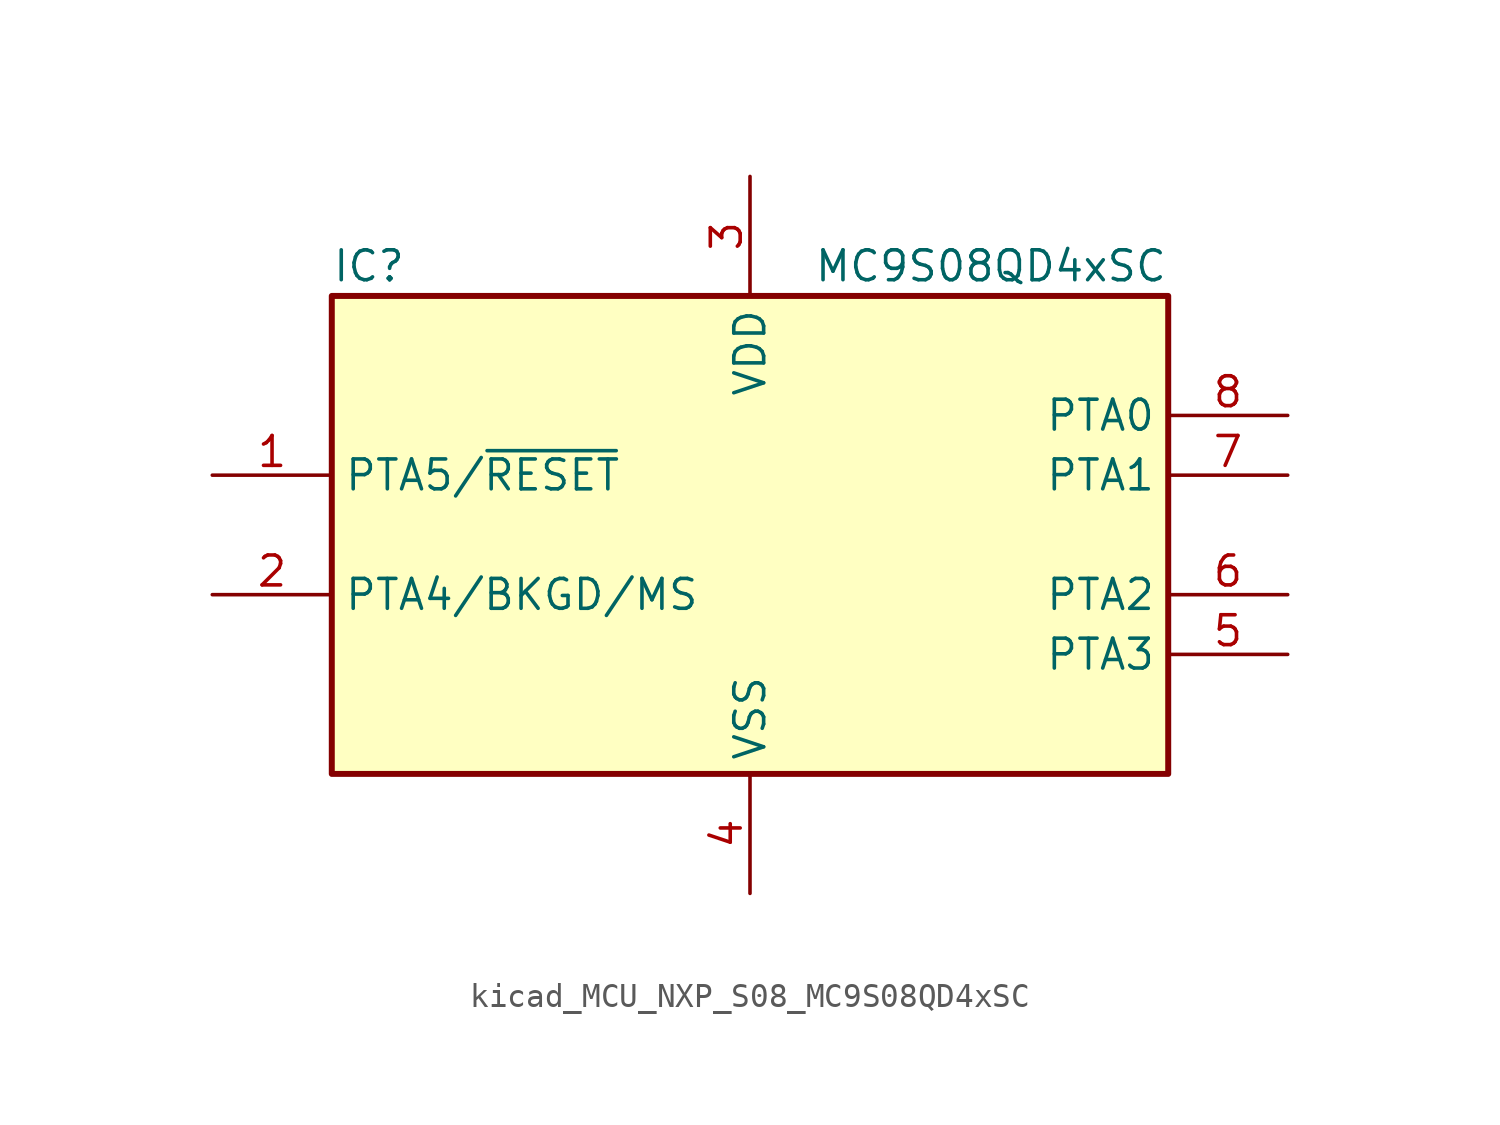
<source format=kicad_sym>
(kicad_symbol_lib
  (version 20220914)
  (generator kicad_symbol_editor)
  (symbol "kicad_MCU_NXP_S08_MC9S08QD4xSC"
    (property "Reference" "IC"
      (at -17.78 11.43 0)
      (effects (font (size 1.27 1.27)) (justify left)))
    (property "Value" "MC9S08QD4xSC"
      (at 17.78 11.43 0)
      (effects (font (size 1.27 1.27)) (justify right)))
    (symbol "kicad_MCU_NXP_S08_MC9S08QD4xSC_0_1"
      (rectangle (start -17.78 10.16) (end 17.78 -10.16) (stroke (width 0.254) (type default)) (fill (type background))))
    (symbol "kicad_MCU_NXP_S08_MC9S08QD4xSC_1_1"
      (pin bidirectional line (at -22.86 2.54 0) (length 5.08) (name "PTA5/~{RESET}" (effects (font (size 1.27 1.27)))) (number "1" (effects (font (size 1.27 1.27)))))
      (pin bidirectional line (at -22.86 -2.54 0) (length 5.08) (name "PTA4/BKGD/MS" (effects (font (size 1.27 1.27)))) (number "2" (effects (font (size 1.27 1.27)))))
      (pin power_in line (at 0 15.24 270) (length 5.08) (name "VDD" (effects (font (size 1.27 1.27)))) (number "3" (effects (font (size 1.27 1.27)))))
      (pin power_in line (at 0 -15.24 90) (length 5.08) (name "VSS" (effects (font (size 1.27 1.27)))) (number "4" (effects (font (size 1.27 1.27)))))
      (pin bidirectional line (at 22.86 -5.08 180) (length 5.08) (name "PTA3" (effects (font (size 1.27 1.27)))) (number "5" (effects (font (size 1.27 1.27)))))
      (pin bidirectional line (at 22.86 -2.54 180) (length 5.08) (name "PTA2" (effects (font (size 1.27 1.27)))) (number "6" (effects (font (size 1.27 1.27)))))
      (pin bidirectional line (at 22.86 2.54 180) (length 5.08) (name "PTA1" (effects (font (size 1.27 1.27)))) (number "7" (effects (font (size 1.27 1.27)))))
      (pin bidirectional line (at 22.86 5.08 180) (length 5.08) (name "PTA0" (effects (font (size 1.27 1.27)))) (number "8" (effects (font (size 1.27 1.27))))))))
</source>
